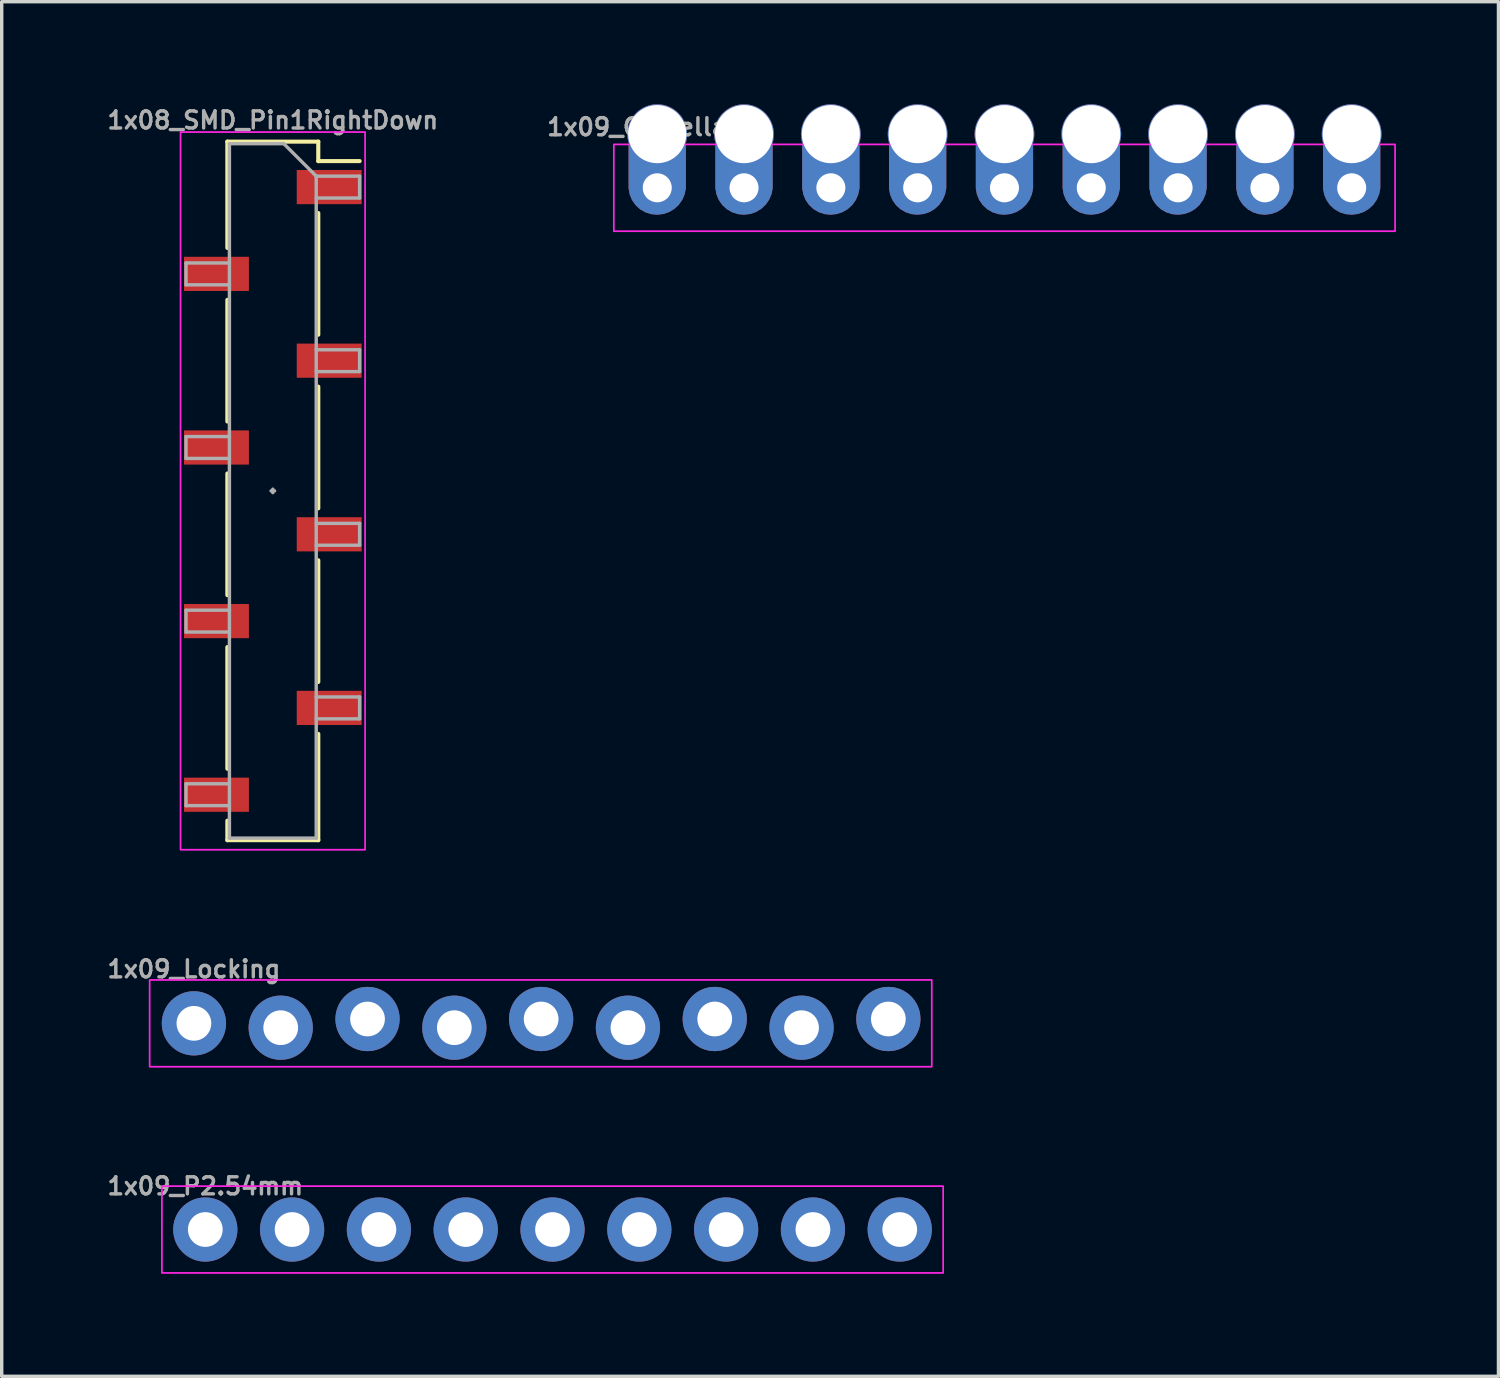
<source format=kicad_pcb>
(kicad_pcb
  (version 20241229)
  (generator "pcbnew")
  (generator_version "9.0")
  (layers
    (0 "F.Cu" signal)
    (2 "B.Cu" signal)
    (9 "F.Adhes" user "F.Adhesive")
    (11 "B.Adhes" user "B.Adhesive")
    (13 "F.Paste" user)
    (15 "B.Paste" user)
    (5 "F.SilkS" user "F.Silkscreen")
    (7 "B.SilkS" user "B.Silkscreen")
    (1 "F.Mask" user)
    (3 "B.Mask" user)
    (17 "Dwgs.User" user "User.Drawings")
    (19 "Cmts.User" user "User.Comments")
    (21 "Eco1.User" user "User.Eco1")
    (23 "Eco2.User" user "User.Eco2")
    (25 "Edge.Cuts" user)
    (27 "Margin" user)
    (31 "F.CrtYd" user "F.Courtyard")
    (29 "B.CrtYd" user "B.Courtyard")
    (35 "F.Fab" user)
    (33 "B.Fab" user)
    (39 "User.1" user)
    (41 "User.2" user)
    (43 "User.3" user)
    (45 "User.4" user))
  (footprint "1x09_Locking"
    (layer "F.Cu")
    (at 2.624 26.894)
    (property "Reference" "1x09_Locking" (at 0 -1.587 0) (layer "F.Fab") (effects (font (size 0.5 0.5) (thickness 0.1))))
    (fp_rect (start -1.295 -1.27) (end 21.59 1.27) (stroke (width 0.05) (type default)) (fill no) (layer "F.CrtYd"))
    (fp_poly (pts (xy -0.254 0.254) (xy 0.254 0.254) (xy 0.254 -0.254) (xy -0.254 -0.254)) (stroke (width 0.1) (type default)) (fill no) (layer "F.Fab"))
    (fp_poly (pts (xy 2.286 0.254) (xy 2.794 0.254) (xy 2.794 -0.254) (xy 2.286 -0.254)) (stroke (width 0.1) (type default)) (fill no) (layer "F.Fab"))
    (fp_poly (pts (xy 4.826 0.254) (xy 5.334 0.254) (xy 5.334 -0.254) (xy 4.826 -0.254)) (stroke (width 0.1) (type default)) (fill no) (layer "F.Fab"))
    (fp_poly (pts (xy 7.366 0.254) (xy 7.874 0.254) (xy 7.874 -0.254) (xy 7.366 -0.254)) (stroke (width 0.1) (type default)) (fill no) (layer "F.Fab"))
    (fp_poly (pts (xy 9.906 0.254) (xy 10.414 0.254) (xy 10.414 -0.254) (xy 9.906 -0.254)) (stroke (width 0.1) (type default)) (fill no) (layer "F.Fab"))
    (fp_poly (pts (xy 12.446 0.254) (xy 12.954 0.254) (xy 12.954 -0.254) (xy 12.446 -0.254)) (stroke (width 0.1) (type default)) (fill no) (layer "F.Fab"))
    (fp_poly (pts (xy 14.986 0.254) (xy 15.494 0.254) (xy 15.494 -0.254) (xy 14.986 -0.254)) (stroke (width 0.1) (type default)) (fill no) (layer "F.Fab"))
    (fp_poly (pts (xy 17.526 0.254) (xy 18.034 0.254) (xy 18.034 -0.254) (xy 17.526 -0.254)) (stroke (width 0.1) (type default)) (fill no) (layer "F.Fab"))
    (fp_poly (pts (xy 20.066 0.254) (xy 20.574 0.254) (xy 20.574 -0.254) (xy 20.066 -0.254)) (stroke (width 0.1) (type default)) (fill no) (layer "F.Fab"))
    (pad "1" thru_hole circle (at 0 0 90) (size 1.88 1.88) (drill 1.016) (layers "*.Cu" "*.Mask") (remove_unused_layers yes) (keep_end_layers yes) (zone_layer_connections))
    (pad "2" thru_hole circle (at 2.54 0.127 90) (size 1.88 1.88) (drill 1.016) (layers "*.Cu" "*.Mask") (remove_unused_layers yes) (keep_end_layers yes) (zone_layer_connections))
    (pad "3" thru_hole circle (at 5.08 -0.127 90) (size 1.88 1.88) (drill 1.016) (layers "*.Cu" "*.Mask") (remove_unused_layers yes) (keep_end_layers yes) (zone_layer_connections))
    (pad "4" thru_hole circle (at 7.62 0.127 90) (size 1.88 1.88) (drill 1.016) (layers "*.Cu" "*.Mask") (remove_unused_layers yes) (keep_end_layers yes) (zone_layer_connections))
    (pad "5" thru_hole circle (at 10.16 -0.127 90) (size 1.88 1.88) (drill 1.016) (layers "*.Cu" "*.Mask") (remove_unused_layers yes) (keep_end_layers yes) (zone_layer_connections))
    (pad "6" thru_hole circle (at 12.7 0.127 90) (size 1.88 1.88) (drill 1.016) (layers "*.Cu" "*.Mask") (remove_unused_layers yes) (keep_end_layers yes) (zone_layer_connections))
    (pad "7" thru_hole circle (at 15.24 -0.127 90) (size 1.88 1.88) (drill 1.016) (layers "*.Cu" "*.Mask") (remove_unused_layers yes) (keep_end_layers yes) (zone_layer_connections))
    (pad "8" thru_hole circle (at 17.78 0.127 90) (size 1.88 1.88) (drill 1.016) (layers "*.Cu" "*.Mask") (remove_unused_layers yes) (keep_end_layers yes) (zone_layer_connections))
    (pad "9" thru_hole circle (at 20.32 -0.127 90) (size 1.88 1.88) (drill 1.016) (layers "*.Cu" "*.Mask") (remove_unused_layers yes) (keep_end_layers yes) (zone_layer_connections)))
  (footprint "1x09_Castellated"
    (layer "F.Cu")
    (at 16.181 2.445)
    (property "Reference" "1x09_Castellated" (at 0 -1.778 0) (layer "F.Fab") (effects (font (size 0.5 0.5) (thickness 0.1))))
    (fp_rect (start -1.27 -1.27) (end 21.59 1.27) (stroke (width 0.05) (type default)) (fill no) (layer "F.CrtYd"))
    (fp_rect (start -0.254 -0.254) (end 0.254 0.254) (stroke (width 0.1) (type default)) (fill no) (layer "F.Fab"))
    (fp_rect (start 2.286 -0.254) (end 2.794 0.254) (stroke (width 0.1) (type default)) (fill no) (layer "F.Fab"))
    (fp_rect (start 4.826 -0.254) (end 5.334 0.254) (stroke (width 0.1) (type default)) (fill no) (layer "F.Fab"))
    (fp_rect (start 7.366 -0.254) (end 7.874 0.254) (stroke (width 0.1) (type default)) (fill no) (layer "F.Fab"))
    (fp_rect (start 9.906 -0.254) (end 10.414 0.254) (stroke (width 0.1) (type default)) (fill no) (layer "F.Fab"))
    (fp_rect (start 12.446 -0.254) (end 12.954 0.254) (stroke (width 0.1) (type default)) (fill no) (layer "F.Fab"))
    (fp_rect (start 14.986 -0.254) (end 15.494 0.254) (stroke (width 0.1) (type default)) (fill no) (layer "F.Fab"))
    (fp_rect (start 17.526 -0.254) (end 18.034 0.254) (stroke (width 0.1) (type default)) (fill no) (layer "F.Fab"))
    (fp_rect (start 20.066 -0.254) (end 20.574 0.254) (stroke (width 0.1) (type default)) (fill no) (layer "F.Fab"))
    (pad "1" thru_hole circle (at 0 -1.57 270) (size 1.75 1.75) (drill 1.7) (layers "*.Cu" "*.Mask") (remove_unused_layers yes) (keep_end_layers yes) (zone_layer_connections))
    (pad "1" thru_hole custom (at 0 0 90) (size 1.016 1.016) (drill 0.85) (layers "*.Cu" "*.Mask") (remove_unused_layers yes) (keep_end_layers yes) (zone_layer_connections) (options (anchor circle)) (primitives (gr_poly (pts (xy -0.189 0.803) (xy -0.352 0.733) (xy -0.498 0.63) (xy -0.619 0.499) (xy -0.71 0.346) (xy -0.767 0.177) (xy -0.787 0.001) (xy -0.787 -0.001) (xy -0.771 -0.179) (xy -0.716 -0.349) (xy -0.625 -0.505) (xy -0.504 -0.636) (xy -0.356 -0.739) (xy -0.19 -0.807) (xy -0.014 -0.838) (xy 1.27 -0.838) (xy 1.27 0.838) (xy -0.014 0.838)) (width 0) (fill yes))))
    (pad "2" thru_hole circle (at 2.54 -1.57 270) (size 1.75 1.75) (drill 1.7) (layers "*.Cu" "*.Mask") (remove_unused_layers yes) (keep_end_layers yes) (zone_layer_connections))
    (pad "2" thru_hole custom (at 2.54 0 90) (size 1.016 1.016) (drill 0.85) (layers "*.Cu" "*.Mask") (remove_unused_layers yes) (keep_end_layers yes) (zone_layer_connections) (options (anchor circle)) (primitives (gr_poly (pts (xy -0.189 0.803) (xy -0.352 0.733) (xy -0.498 0.63) (xy -0.619 0.499) (xy -0.71 0.346) (xy -0.767 0.177) (xy -0.787 0.001) (xy -0.787 -0.001) (xy -0.771 -0.179) (xy -0.716 -0.349) (xy -0.625 -0.505) (xy -0.504 -0.636) (xy -0.356 -0.739) (xy -0.19 -0.807) (xy -0.014 -0.838) (xy 1.27 -0.838) (xy 1.27 0.838) (xy -0.014 0.838)) (width 0) (fill yes))))
    (pad "3" thru_hole circle (at 5.08 -1.57 270) (size 1.75 1.75) (drill 1.7) (layers "*.Cu" "*.Mask") (remove_unused_layers yes) (keep_end_layers yes) (zone_layer_connections))
    (pad "3" thru_hole custom (at 5.08 0 90) (size 1.016 1.016) (drill 0.85) (layers "*.Cu" "*.Mask") (remove_unused_layers yes) (keep_end_layers yes) (zone_layer_connections) (options (anchor circle)) (primitives (gr_poly (pts (xy -0.189 0.803) (xy -0.352 0.733) (xy -0.498 0.63) (xy -0.619 0.499) (xy -0.71 0.346) (xy -0.767 0.177) (xy -0.787 0.001) (xy -0.787 -0.001) (xy -0.771 -0.179) (xy -0.716 -0.349) (xy -0.625 -0.505) (xy -0.504 -0.636) (xy -0.356 -0.739) (xy -0.19 -0.807) (xy -0.014 -0.838) (xy 1.27 -0.838) (xy 1.27 0.838) (xy -0.014 0.838)) (width 0) (fill yes))))
    (pad "4" thru_hole circle (at 7.62 -1.57 270) (size 1.75 1.75) (drill 1.7) (layers "*.Cu" "*.Mask") (remove_unused_layers yes) (keep_end_layers yes) (zone_layer_connections))
    (pad "4" thru_hole custom (at 7.62 0 90) (size 1.016 1.016) (drill 0.85) (layers "*.Cu" "*.Mask") (remove_unused_layers yes) (keep_end_layers yes) (zone_layer_connections) (options (anchor circle)) (primitives (gr_poly (pts (xy -0.189 0.803) (xy -0.352 0.733) (xy -0.498 0.63) (xy -0.619 0.499) (xy -0.71 0.346) (xy -0.767 0.177) (xy -0.787 0.001) (xy -0.787 -0.001) (xy -0.771 -0.179) (xy -0.716 -0.349) (xy -0.625 -0.505) (xy -0.504 -0.636) (xy -0.356 -0.739) (xy -0.19 -0.807) (xy -0.014 -0.838) (xy 1.27 -0.838) (xy 1.27 0.838) (xy -0.014 0.838)) (width 0) (fill yes))))
    (pad "5" thru_hole circle (at 10.16 -1.57 270) (size 1.75 1.75) (drill 1.7) (layers "*.Cu" "*.Mask") (remove_unused_layers yes) (keep_end_layers yes) (zone_layer_connections))
    (pad "5" thru_hole custom (at 10.16 0 90) (size 1.016 1.016) (drill 0.85) (layers "*.Cu" "*.Mask") (remove_unused_layers yes) (keep_end_layers yes) (zone_layer_connections) (options (anchor circle)) (primitives (gr_poly (pts (xy -0.189 0.803) (xy -0.352 0.733) (xy -0.498 0.63) (xy -0.619 0.499) (xy -0.71 0.346) (xy -0.767 0.177) (xy -0.787 0.001) (xy -0.787 -0.001) (xy -0.771 -0.179) (xy -0.716 -0.349) (xy -0.625 -0.505) (xy -0.504 -0.636) (xy -0.356 -0.739) (xy -0.19 -0.807) (xy -0.014 -0.838) (xy 1.27 -0.838) (xy 1.27 0.838) (xy -0.014 0.838)) (width 0) (fill yes))))
    (pad "6" thru_hole circle (at 12.7 -1.57 270) (size 1.75 1.75) (drill 1.7) (layers "*.Cu" "*.Mask") (remove_unused_layers yes) (keep_end_layers yes) (zone_layer_connections))
    (pad "6" thru_hole custom (at 12.7 0 90) (size 1.016 1.016) (drill 0.85) (layers "*.Cu" "*.Mask") (remove_unused_layers yes) (keep_end_layers yes) (zone_layer_connections) (options (anchor circle)) (primitives (gr_poly (pts (xy -0.189 0.803) (xy -0.352 0.733) (xy -0.498 0.63) (xy -0.619 0.499) (xy -0.71 0.346) (xy -0.767 0.177) (xy -0.787 0.001) (xy -0.787 -0.001) (xy -0.771 -0.179) (xy -0.716 -0.349) (xy -0.625 -0.505) (xy -0.504 -0.636) (xy -0.356 -0.739) (xy -0.19 -0.807) (xy -0.014 -0.838) (xy 1.27 -0.838) (xy 1.27 0.838) (xy -0.014 0.838)) (width 0) (fill yes))))
    (pad "7" thru_hole circle (at 15.24 -1.57 270) (size 1.75 1.75) (drill 1.7) (layers "*.Cu" "*.Mask") (remove_unused_layers yes) (keep_end_layers yes) (zone_layer_connections))
    (pad "7" thru_hole custom (at 15.24 0 90) (size 1.016 1.016) (drill 0.85) (layers "*.Cu" "*.Mask") (remove_unused_layers yes) (keep_end_layers yes) (zone_layer_connections) (options (anchor circle)) (primitives (gr_poly (pts (xy -0.189 0.803) (xy -0.352 0.733) (xy -0.498 0.63) (xy -0.619 0.499) (xy -0.71 0.346) (xy -0.767 0.177) (xy -0.787 0.001) (xy -0.787 -0.001) (xy -0.771 -0.179) (xy -0.716 -0.349) (xy -0.625 -0.505) (xy -0.504 -0.636) (xy -0.356 -0.739) (xy -0.19 -0.807) (xy -0.014 -0.838) (xy 1.27 -0.838) (xy 1.27 0.838) (xy -0.014 0.838)) (width 0) (fill yes))))
    (pad "8" thru_hole circle (at 17.78 -1.57 270) (size 1.75 1.75) (drill 1.7) (layers "*.Cu" "*.Mask") (remove_unused_layers yes) (keep_end_layers yes) (zone_layer_connections))
    (pad "8" thru_hole custom (at 17.78 0 90) (size 1.016 1.016) (drill 0.85) (layers "*.Cu" "*.Mask") (remove_unused_layers yes) (keep_end_layers yes) (zone_layer_connections) (options (anchor circle)) (primitives (gr_poly (pts (xy -0.189 0.803) (xy -0.352 0.733) (xy -0.498 0.63) (xy -0.619 0.499) (xy -0.71 0.346) (xy -0.767 0.177) (xy -0.787 0.001) (xy -0.787 -0.001) (xy -0.771 -0.179) (xy -0.716 -0.349) (xy -0.625 -0.505) (xy -0.504 -0.636) (xy -0.356 -0.739) (xy -0.19 -0.807) (xy -0.014 -0.838) (xy 1.27 -0.838) (xy 1.27 0.838) (xy -0.014 0.838)) (width 0) (fill yes))))
    (pad "9" thru_hole circle (at 20.32 -1.57 270) (size 1.75 1.75) (drill 1.7) (layers "*.Cu" "*.Mask") (remove_unused_layers yes) (keep_end_layers yes) (zone_layer_connections))
    (pad "9" thru_hole custom (at 20.32 0 90) (size 1.016 1.016) (drill 0.85) (layers "*.Cu" "*.Mask") (remove_unused_layers yes) (keep_end_layers yes) (zone_layer_connections) (options (anchor circle)) (primitives (gr_poly (pts (xy -0.189 0.803) (xy -0.352 0.733) (xy -0.498 0.63) (xy -0.619 0.499) (xy -0.71 0.346) (xy -0.767 0.177) (xy -0.787 0.001) (xy -0.787 -0.001) (xy -0.771 -0.179) (xy -0.716 -0.349) (xy -0.625 -0.505) (xy -0.504 -0.636) (xy -0.356 -0.739) (xy -0.19 -0.807) (xy -0.014 -0.838) (xy 1.27 -0.838) (xy 1.27 0.838) (xy -0.014 0.838)) (width 0) (fill yes)))))
  (footprint "1x08_SMD_Pin1RightDown"
    (layer "F.Cu")
    (at 4.933 11.314)
    (property "Reference" "1x08_SMD_Pin1RightDown" (at 0 -10.846 0) (layer "F.Fab") (effects (font (size 0.5 0.5) (thickness 0.1))))
    (attr smd)
    (fp_line (start -1.33 -10.22) (end -1.33 -7.11) (stroke (width 0.12) (type solid)) (layer "F.SilkS"))
    (fp_line (start -1.33 -10.22) (end 1.33 -10.22) (stroke (width 0.12) (type solid)) (layer "F.SilkS"))
    (fp_line (start -1.33 -5.59) (end -1.33 -2.03) (stroke (width 0.12) (type solid)) (layer "F.SilkS"))
    (fp_line (start -1.33 -0.51) (end -1.33 3.05) (stroke (width 0.12) (type solid)) (layer "F.SilkS"))
    (fp_line (start -1.33 4.57) (end -1.33 8.13) (stroke (width 0.12) (type solid)) (layer "F.SilkS"))
    (fp_line (start -1.33 9.65) (end -1.33 10.22) (stroke (width 0.12) (type solid)) (layer "F.SilkS"))
    (fp_line (start -1.33 10.22) (end 1.33 10.22) (stroke (width 0.12) (type solid)) (layer "F.SilkS"))
    (fp_line (start 1.33 -10.22) (end 1.33 -9.65) (stroke (width 0.12) (type solid)) (layer "F.SilkS"))
    (fp_line (start 1.33 -9.65) (end 2.54 -9.65) (stroke (width 0.12) (type solid)) (layer "F.SilkS"))
    (fp_line (start 1.33 -8.13) (end 1.33 -4.57) (stroke (width 0.12) (type solid)) (layer "F.SilkS"))
    (fp_line (start 1.33 -3.05) (end 1.33 0.51) (stroke (width 0.12) (type solid)) (layer "F.SilkS"))
    (fp_line (start 1.33 2.03) (end 1.33 5.59) (stroke (width 0.12) (type solid)) (layer "F.SilkS"))
    (fp_line (start 1.33 7.11) (end 1.33 10.22) (stroke (width 0.12) (type solid)) (layer "F.SilkS"))
    (fp_rect (start -2.7 -10.5) (end 2.7 10.5) (stroke (width 0.05) (type default)) (fill no) (layer "F.CrtYd"))
    (fp_line (start -2.54 -6.67) (end -2.54 -6.03) (stroke (width 0.1) (type solid)) (layer "F.Fab"))
    (fp_line (start -2.54 -6.03) (end -1.27 -6.03) (stroke (width 0.1) (type solid)) (layer "F.Fab"))
    (fp_line (start -2.54 -1.59) (end -2.54 -0.95) (stroke (width 0.1) (type solid)) (layer "F.Fab"))
    (fp_line (start -2.54 -0.95) (end -1.27 -0.95) (stroke (width 0.1) (type solid)) (layer "F.Fab"))
    (fp_line (start -2.54 3.49) (end -2.54 4.13) (stroke (width 0.1) (type solid)) (layer "F.Fab"))
    (fp_line (start -2.54 4.13) (end -1.27 4.13) (stroke (width 0.1) (type solid)) (layer "F.Fab"))
    (fp_line (start -2.54 8.57) (end -2.54 9.21) (stroke (width 0.1) (type solid)) (layer "F.Fab"))
    (fp_line (start -2.54 9.21) (end -1.27 9.21) (stroke (width 0.1) (type solid)) (layer "F.Fab"))
    (fp_line (start -1.27 -10.16) (end -1.27 10.16) (stroke (width 0.1) (type solid)) (layer "F.Fab"))
    (fp_line (start -1.27 -10.16) (end 0.32 -10.16) (stroke (width 0.1) (type solid)) (layer "F.Fab"))
    (fp_line (start -1.27 -6.67) (end -2.54 -6.67) (stroke (width 0.1) (type solid)) (layer "F.Fab"))
    (fp_line (start -1.27 -1.59) (end -2.54 -1.59) (stroke (width 0.1) (type solid)) (layer "F.Fab"))
    (fp_line (start -1.27 3.49) (end -2.54 3.49) (stroke (width 0.1) (type solid)) (layer "F.Fab"))
    (fp_line (start -1.27 8.57) (end -2.54 8.57) (stroke (width 0.1) (type solid)) (layer "F.Fab"))
    (fp_line (start 0 -0.051) (end 0 0.051) (stroke (width 0.1) (type default)) (layer "F.Fab"))
    (fp_line (start 0.051 0) (end -0.051 0) (stroke (width 0.1) (type default)) (layer "F.Fab"))
    (fp_line (start 1.27 -9.21) (end 0.32 -10.16) (stroke (width 0.1) (type solid)) (layer "F.Fab"))
    (fp_line (start 1.27 -9.21) (end 2.54 -9.21) (stroke (width 0.1) (type solid)) (layer "F.Fab"))
    (fp_line (start 1.27 -4.13) (end 2.54 -4.13) (stroke (width 0.1) (type solid)) (layer "F.Fab"))
    (fp_line (start 1.27 0.95) (end 2.54 0.95) (stroke (width 0.1) (type solid)) (layer "F.Fab"))
    (fp_line (start 1.27 6.03) (end 2.54 6.03) (stroke (width 0.1) (type solid)) (layer "F.Fab"))
    (fp_line (start 1.27 10.16) (end -1.27 10.16) (stroke (width 0.1) (type solid)) (layer "F.Fab"))
    (fp_line (start 1.27 10.16) (end 1.27 -9.21) (stroke (width 0.1) (type solid)) (layer "F.Fab"))
    (fp_line (start 2.54 -9.21) (end 2.54 -8.57) (stroke (width 0.1) (type solid)) (layer "F.Fab"))
    (fp_line (start 2.54 -8.57) (end 1.27 -8.57) (stroke (width 0.1) (type solid)) (layer "F.Fab"))
    (fp_line (start 2.54 -4.13) (end 2.54 -3.49) (stroke (width 0.1) (type solid)) (layer "F.Fab"))
    (fp_line (start 2.54 -3.49) (end 1.27 -3.49) (stroke (width 0.1) (type solid)) (layer "F.Fab"))
    (fp_line (start 2.54 0.95) (end 2.54 1.59) (stroke (width 0.1) (type solid)) (layer "F.Fab"))
    (fp_line (start 2.54 1.59) (end 1.27 1.59) (stroke (width 0.1) (type solid)) (layer "F.Fab"))
    (fp_line (start 2.54 6.03) (end 2.54 6.67) (stroke (width 0.1) (type solid)) (layer "F.Fab"))
    (fp_line (start 2.54 6.67) (end 1.27 6.67) (stroke (width 0.1) (type solid)) (layer "F.Fab"))
    (pad "1" smd rect (at 1.65 -8.89) (size 1.9 1) (layers "F.Cu" "F.Mask" "F.Paste"))
    (pad "2" smd rect (at -1.65 -6.35) (size 1.9 1) (layers "F.Cu" "F.Mask" "F.Paste"))
    (pad "3" smd rect (at 1.65 -3.81) (size 1.9 1) (layers "F.Cu" "F.Mask" "F.Paste"))
    (pad "4" smd rect (at -1.65 -1.27) (size 1.9 1) (layers "F.Cu" "F.Mask" "F.Paste"))
    (pad "5" smd rect (at 1.65 1.27) (size 1.9 1) (layers "F.Cu" "F.Mask" "F.Paste"))
    (pad "6" smd rect (at -1.65 3.81) (size 1.9 1) (layers "F.Cu" "F.Mask" "F.Paste"))
    (pad "7" smd rect (at 1.65 6.35) (size 1.9 1) (layers "F.Cu" "F.Mask" "F.Paste"))
    (pad "8" smd rect (at -1.65 8.89) (size 1.9 1) (layers "F.Cu" "F.Mask" "F.Paste")))
  (footprint "1x09_P2.54mm"
    (layer "F.Cu")
    (at 2.957 32.927)
    (property "Reference" "1x09_P2.54mm" (at 0 -1.27 0) (layer "F.Fab") (effects (font (size 0.5 0.5) (thickness 0.1))))
    (fp_rect (start -1.27 -1.27) (end 21.59 1.27) (stroke (width 0.05) (type default)) (fill no) (layer "F.CrtYd"))
    (fp_poly (pts (xy -0.254 0.254) (xy 0.254 0.254) (xy 0.254 -0.254) (xy -0.254 -0.254)) (stroke (width 0.1) (type default)) (fill no) (layer "F.Fab"))
    (fp_poly (pts (xy 2.286 0.254) (xy 2.794 0.254) (xy 2.794 -0.254) (xy 2.286 -0.254)) (stroke (width 0.1) (type default)) (fill no) (layer "F.Fab"))
    (fp_poly (pts (xy 4.826 0.254) (xy 5.334 0.254) (xy 5.334 -0.254) (xy 4.826 -0.254)) (stroke (width 0.1) (type default)) (fill no) (layer "F.Fab"))
    (fp_poly (pts (xy 7.366 0.254) (xy 7.874 0.254) (xy 7.874 -0.254) (xy 7.366 -0.254)) (stroke (width 0.1) (type default)) (fill no) (layer "F.Fab"))
    (fp_poly (pts (xy 9.906 0.254) (xy 10.414 0.254) (xy 10.414 -0.254) (xy 9.906 -0.254)) (stroke (width 0.1) (type default)) (fill no) (layer "F.Fab"))
    (fp_poly (pts (xy 12.446 0.254) (xy 12.954 0.254) (xy 12.954 -0.254) (xy 12.446 -0.254)) (stroke (width 0.1) (type default)) (fill no) (layer "F.Fab"))
    (fp_poly (pts (xy 14.986 0.254) (xy 15.494 0.254) (xy 15.494 -0.254) (xy 14.986 -0.254)) (stroke (width 0.1) (type default)) (fill no) (layer "F.Fab"))
    (fp_poly (pts (xy 17.526 0.254) (xy 18.034 0.254) (xy 18.034 -0.254) (xy 17.526 -0.254)) (stroke (width 0.1) (type default)) (fill no) (layer "F.Fab"))
    (fp_poly (pts (xy 20.066 0.254) (xy 20.574 0.254) (xy 20.574 -0.254) (xy 20.066 -0.254)) (stroke (width 0.1) (type default)) (fill no) (layer "F.Fab"))
    (pad "1" thru_hole circle (at 0 0 90) (size 1.88 1.88) (drill 1.016) (layers "*.Cu" "*.Mask") (remove_unused_layers yes) (keep_end_layers yes) (zone_layer_connections))
    (pad "2" thru_hole circle (at 2.54 0 90) (size 1.88 1.88) (drill 1.016) (layers "*.Cu" "*.Mask") (remove_unused_layers yes) (keep_end_layers yes) (zone_layer_connections))
    (pad "3" thru_hole circle (at 5.08 0 90) (size 1.88 1.88) (drill 1.016) (layers "*.Cu" "*.Mask") (remove_unused_layers yes) (keep_end_layers yes) (zone_layer_connections))
    (pad "4" thru_hole circle (at 7.62 0 90) (size 1.88 1.88) (drill 1.016) (layers "*.Cu" "*.Mask") (remove_unused_layers yes) (keep_end_layers yes) (zone_layer_connections))
    (pad "5" thru_hole circle (at 10.16 0 90) (size 1.88 1.88) (drill 1.016) (layers "*.Cu" "*.Mask") (remove_unused_layers yes) (keep_end_layers yes) (zone_layer_connections))
    (pad "6" thru_hole circle (at 12.7 0 90) (size 1.88 1.88) (drill 1.016) (layers "*.Cu" "*.Mask") (remove_unused_layers yes) (keep_end_layers yes) (zone_layer_connections))
    (pad "7" thru_hole circle (at 15.24 0 90) (size 1.88 1.88) (drill 1.016) (layers "*.Cu" "*.Mask") (remove_unused_layers yes) (keep_end_layers yes) (zone_layer_connections))
    (pad "8" thru_hole circle (at 17.78 0 90) (size 1.88 1.88) (drill 1.016) (layers "*.Cu" "*.Mask") (remove_unused_layers yes) (keep_end_layers yes) (zone_layer_connections))
    (pad "9" thru_hole circle (at 20.32 0 90) (size 1.88 1.88) (drill 1.016) (layers "*.Cu" "*.Mask") (remove_unused_layers yes) (keep_end_layers yes) (zone_layer_connections)))
  (gr_rect
    (start -3 -3)
    (end 40.796 37.222)
    (stroke (width 0.1) (type default))
    (fill no)
    (layer "Edge.Cuts")))
</source>
